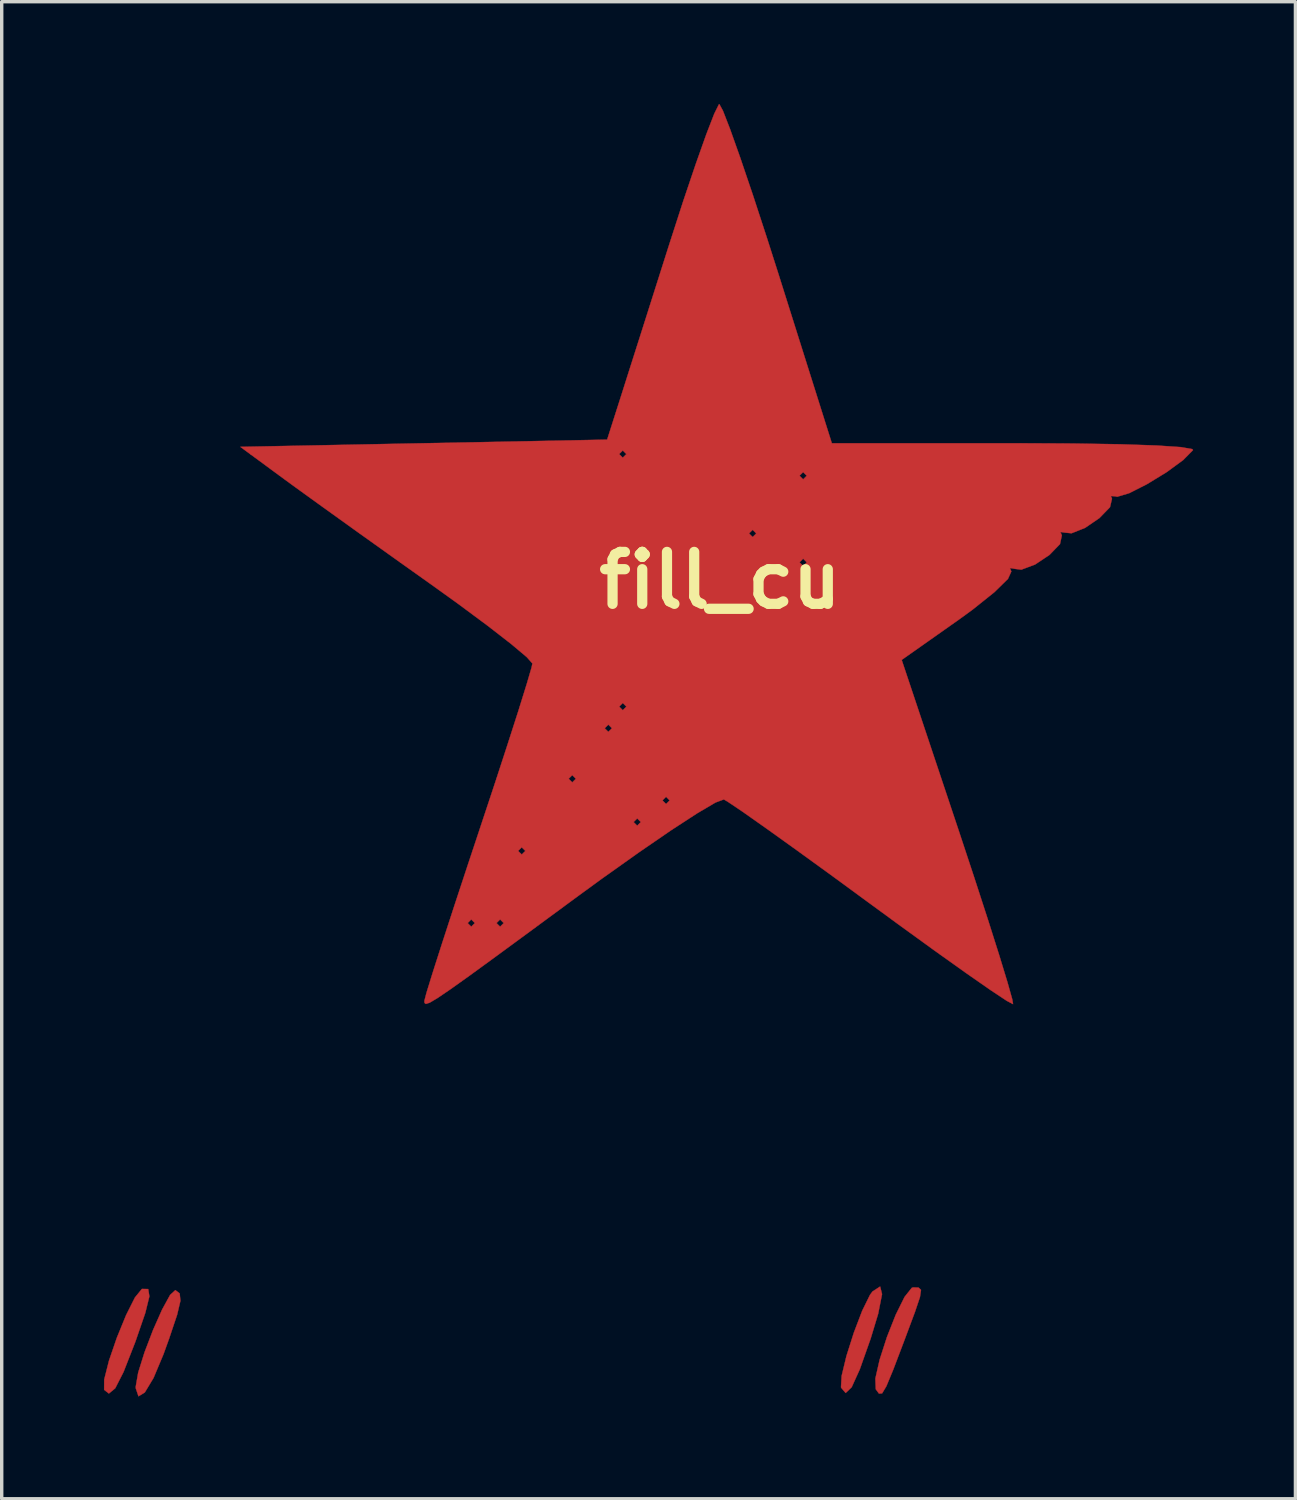
<source format=kicad_pcb>
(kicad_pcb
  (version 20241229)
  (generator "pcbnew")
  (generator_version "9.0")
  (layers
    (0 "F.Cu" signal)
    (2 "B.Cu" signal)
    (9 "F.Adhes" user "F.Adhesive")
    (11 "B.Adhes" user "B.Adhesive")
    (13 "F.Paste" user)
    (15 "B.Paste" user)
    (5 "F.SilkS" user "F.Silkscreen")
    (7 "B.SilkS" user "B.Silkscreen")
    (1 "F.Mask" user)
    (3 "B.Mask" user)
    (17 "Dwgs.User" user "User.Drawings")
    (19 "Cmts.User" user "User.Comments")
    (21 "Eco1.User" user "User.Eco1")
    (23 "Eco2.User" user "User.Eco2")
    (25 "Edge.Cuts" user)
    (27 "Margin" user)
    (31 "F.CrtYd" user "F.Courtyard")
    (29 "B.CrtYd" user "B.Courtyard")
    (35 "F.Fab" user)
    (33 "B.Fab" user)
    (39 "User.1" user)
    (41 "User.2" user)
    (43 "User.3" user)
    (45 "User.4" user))
  (footprint "fill_cu"
    (layer "F.Cu")
    (at 18.077 13.975)
    (property "Reference" "fill_cu" (at 0 0 0) (layer "F.SilkS") (effects (font (size 1.524 1.524) (thickness 0.3))))
    (attr through_hole)
    (fp_poly (pts (xy 4.749 20.94) (xy 4.635 21.517) (xy 4.416 22.241) (xy 4.096 23.146) (xy 3.858 23.67) (xy 3.682 23.84) (xy 3.551 23.688) (xy 3.545 23.672) (xy 3.564 23.337) (xy 3.704 22.756) (xy 3.921 22.072) (xy 4.167 21.427) (xy 4.395 20.963) (xy 4.468 20.863) (xy 4.693 20.717) (xy 4.749 20.94)) (stroke (width 0.01) (type solid)) (fill yes) (layer "F.Cu"))
    (fp_poly (pts (xy -16.779 20.791) (xy -16.745 21.005) (xy -16.864 21.489) (xy -17.143 22.3) (xy -17.171 22.376) (xy -17.502 23.222) (xy -17.747 23.702) (xy -17.933 23.856) (xy -18.072 23.747) (xy -18.07 23.445) (xy -17.93 22.892) (xy -17.7 22.221) (xy -17.43 21.56) (xy -17.169 21.039) (xy -16.966 20.79) (xy -16.959 20.787) (xy -16.779 20.791)) (stroke (width 0.01) (type solid)) (fill yes) (layer "F.Cu"))
    (fp_poly (pts (xy -15.856 20.92) (xy -15.834 21.135) (xy -15.931 21.546) (xy -16.162 22.234) (xy -16.33 22.701) (xy -16.622 23.397) (xy -16.878 23.823) (xy -17.064 23.938) (xy -17.144 23.702) (xy -17.145 23.654) (xy -17.073 23.241) (xy -16.888 22.649) (xy -16.638 21.994) (xy -16.372 21.394) (xy -16.137 20.964) (xy -15.983 20.822) (xy -15.856 20.92)) (stroke (width 0.01) (type solid)) (fill yes) (layer "F.Cu"))
    (fp_poly (pts (xy 5.82 20.748) (xy 5.892 20.816) (xy 5.861 21.027) (xy 5.715 21.461) (xy 5.44 22.199) (xy 5.38 22.359) (xy 5.073 23.167) (xy 4.875 23.643) (xy 4.75 23.852) (xy 4.658 23.857) (xy 4.565 23.729) (xy 4.553 23.416) (xy 4.678 22.865) (xy 4.892 22.2) (xy 5.151 21.544) (xy 5.41 21.021) (xy 5.622 20.755) (xy 5.661 20.743) (xy 5.82 20.748)) (stroke (width 0.01) (type solid)) (fill yes) (layer "F.Cu"))
    (fp_poly (pts (xy 0.081 -13.777) (xy 0.292 -13.234) (xy 0.59 -12.395) (xy 0.956 -11.316) (xy 1.37 -10.051) (xy 1.707 -8.996) (xy 3.276 -4.022) (xy 8.635 -4.022) (xy 10.333 -4.014) (xy 11.731 -3.992) (xy 12.803 -3.956) (xy 13.519 -3.908) (xy 13.852 -3.849) (xy 13.871 -3.821) (xy 13.581 -3.527) (xy 13.089 -3.168) (xy 12.519 -2.82) (xy 11.997 -2.556) (xy 11.647 -2.452) (xy 11.594 -2.464) (xy 11.461 -2.475) (xy 11.495 -2.395) (xy 11.436 -2.146) (xy 11.126 -1.827) (xy 10.705 -1.539) (xy 10.308 -1.381) (xy 10.123 -1.399) (xy 9.981 -1.419) (xy 10.024 -1.319) (xy 9.969 -1.064) (xy 9.661 -0.746) (xy 9.237 -0.463) (xy 8.835 -0.313) (xy 8.647 -0.337) (xy 8.499 -0.363) (xy 8.542 -0.261) (xy 8.443 -0.043) (xy 8.044 0.348) (xy 7.404 0.86) (xy 7.004 1.151) (xy 5.325 2.334) (xy 6.999 7.344) (xy 7.454 8.719) (xy 7.856 9.956) (xy 8.187 11) (xy 8.43 11.797) (xy 8.569 12.292) (xy 8.593 12.433) (xy 8.407 12.335) (xy 7.93 12.019) (xy 7.209 11.517) (xy 6.291 10.863) (xy 5.224 10.09) (xy 4.451 9.524) (xy 3.296 8.678) (xy 2.246 7.917) (xy 1.35 7.275) (xy 0.66 6.789) (xy 0.226 6.497) (xy 0.108 6.427) (xy -0.135 6.517) (xy -0.666 6.829) (xy -1.432 7.327) (xy -2.382 7.979) (xy -3.467 8.75) (xy -4.161 9.256) (xy -5.517 10.254) (xy -6.57 11.027) (xy -7.358 11.601) (xy -7.921 12.002) (xy -8.295 12.256) (xy -8.52 12.389) (xy -8.634 12.427) (xy -8.673 12.397) (xy -8.678 12.337) (xy -8.614 12.094) (xy -8.433 11.508) (xy -8.154 10.637) (xy -7.964 10.054) (xy -7.408 10.054) (xy -7.303 10.16) (xy -7.197 10.054) (xy -6.562 10.054) (xy -6.456 10.16) (xy -6.35 10.054) (xy -6.456 9.948) (xy -6.562 10.054) (xy -7.197 10.054) (xy -7.303 9.948) (xy -7.408 10.054) (xy -7.964 10.054) (xy -7.796 9.538) (xy -7.378 8.271) (xy -7.267 7.938) (xy -5.927 7.938) (xy -5.821 8.043) (xy -5.715 7.938) (xy -5.821 7.832) (xy -5.927 7.938) (xy -7.267 7.938) (xy -7.091 7.408) (xy -6.986 7.091) (xy -2.54 7.091) (xy -2.434 7.197) (xy -2.328 7.091) (xy -2.434 6.985) (xy -2.54 7.091) (xy -6.986 7.091) (xy -6.775 6.456) (xy -1.693 6.456) (xy -1.587 6.562) (xy -1.482 6.456) (xy -1.587 6.35) (xy -1.693 6.456) (xy -6.775 6.456) (xy -6.644 6.06) (xy -6.565 5.821) (xy -4.445 5.821) (xy -4.339 5.927) (xy -4.233 5.821) (xy -4.339 5.715) (xy -4.445 5.821) (xy -6.565 5.821) (xy -6.246 4.843) (xy -6.084 4.339) (xy -3.387 4.339) (xy -3.281 4.445) (xy -3.175 4.339) (xy -3.281 4.233) (xy -3.387 4.339) (xy -6.084 4.339) (xy -5.915 3.814) (xy -5.881 3.704) (xy -2.963 3.704) (xy -2.857 3.81) (xy -2.752 3.704) (xy -2.857 3.598) (xy -2.963 3.704) (xy -5.881 3.704) (xy -5.672 3.032) (xy -5.533 2.556) (xy -5.508 2.439) (xy -5.674 2.252) (xy -6.132 1.867) (xy -6.825 1.329) (xy -7.697 0.682) (xy -8.499 0.106) (xy -9.392 -0.529) (xy 2.328 -0.529) (xy 2.434 -0.423) (xy 2.54 -0.529) (xy 2.434 -0.635) (xy 2.328 -0.529) (xy -9.392 -0.529) (xy -9.597 -0.675) (xy -10.579 -1.376) (xy 0.847 -1.376) (xy 0.953 -1.27) (xy 1.058 -1.376) (xy 0.953 -1.482) (xy 0.847 -1.376) (xy -10.579 -1.376) (xy -10.684 -1.451) (xy -11.665 -2.155) (xy -12.449 -2.721) (xy -12.781 -2.963) (xy -12.925 -3.069) (xy 2.328 -3.069) (xy 2.434 -2.963) (xy 2.54 -3.069) (xy 2.434 -3.175) (xy 2.328 -3.069) (xy -12.925 -3.069) (xy -13.788 -3.704) (xy -2.963 -3.704) (xy -2.857 -3.598) (xy -2.752 -3.704) (xy -2.857 -3.81) (xy -2.963 -3.704) (xy -13.788 -3.704) (xy -14.076 -3.916) (xy -8.696 -4.022) (xy -3.316 -4.128) (xy -3.046 -4.974) (xy -2.898 -5.437) (xy -2.648 -6.225) (xy -2.318 -7.261) (xy -1.935 -8.467) (xy -1.523 -9.764) (xy -1.481 -9.895) (xy -1.082 -11.13) (xy -0.716 -12.213) (xy -0.406 -13.087) (xy -0.173 -13.689) (xy -0.038 -13.961) (xy -0.025 -13.97) (xy 0.081 -13.777)) (stroke (width 0.01) (type solid)) (fill yes) (layer "F.Cu")))
  (gr_rect
    (start -3 -3)
    (end 34.953 40.918)
    (stroke (width 0.1) (type default))
    (fill no)
    (layer "Edge.Cuts")))
</source>
